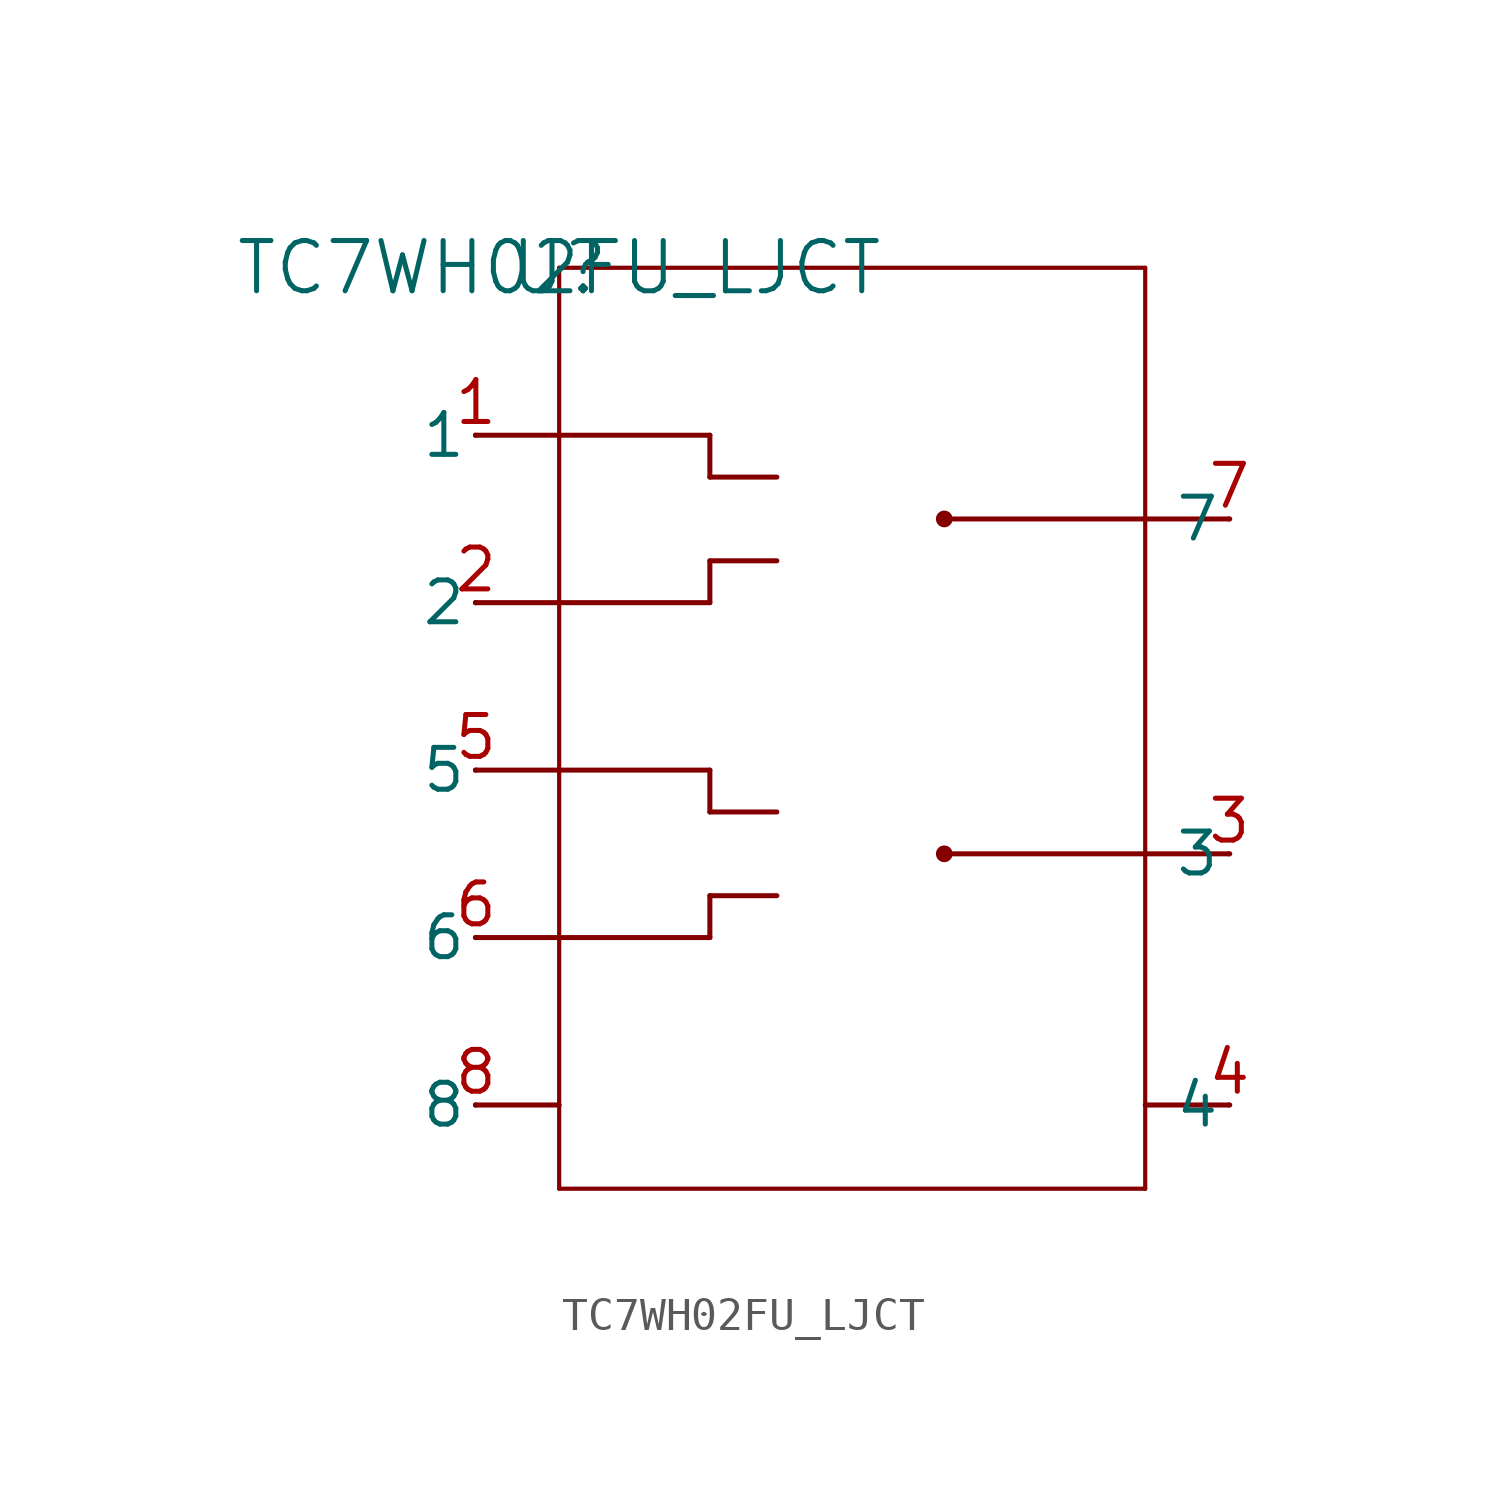
<source format=kicad_sym>
(kicad_symbol_lib
  (version 20211014)
  (generator kicad_symbol_editor)
  (symbol "TC7WH02FU_LJCT"
    (pin_names
      (offset 0.254))
    (property "Reference" "U"
      (at 0 0 0)
      (effects (font (size 1.524 1.524))))
    (property "Value" "TC7WH02FU_LJCT"
      (at 0 0 0)
      (effects (font (size 1.524 1.524))))
    (symbol "TC7WH02FU_LJCT_0_1"
      (circle (center 11.684 -17.78) (radius 0.127) (stroke (width 0.254) (type default) (color 0 0 0 0)) (fill (type none)))
      (polyline (pts (xy -2.54 -10.16) (xy 0 -10.16)) (stroke (width 0) (type default) (color 0 0 0 0)) (fill (type none)))
      (polyline (pts (xy -2.54 -5.08) (xy 0 -5.08)) (stroke (width 0) (type default) (color 0 0 0 0)) (fill (type none)))
      (polyline (pts (xy -2.54 -15.24) (xy 0 -15.24)) (stroke (width 0) (type default) (color 0 0 0 0)) (fill (type none)))
      (polyline (pts (xy 20.32 -25.4) (xy 17.78 -25.4)) (stroke (width 0) (type default) (color 0 0 0 0)) (fill (type none)))
      (polyline (pts (xy 20.32 -17.78) (xy 17.78 -17.78)) (stroke (width 0) (type default) (color 0 0 0 0)) (fill (type none)))
      (polyline (pts (xy -2.54 -20.32) (xy 0 -20.32)) (stroke (width 0) (type default) (color 0 0 0 0)) (fill (type none)))
      (polyline (pts (xy 20.32 -7.62) (xy 17.78 -7.62)) (stroke (width 0) (type default) (color 0 0 0 0)) (fill (type none)))
      (polyline (pts (xy -2.54 -25.4) (xy 0 -25.4)) (stroke (width 0) (type default) (color 0 0 0 0)) (fill (type none)))
      (polyline (pts (xy 0 -27.94) (xy 0 0)) (stroke (width 0.127) (type default) (color 0 0 0 0)) (fill (type none)))
      (polyline (pts (xy 0 0) (xy 17.78 0)) (stroke (width 0.127) (type default) (color 0 0 0 0)) (fill (type none)))
      (polyline (pts (xy 17.78 0) (xy 17.78 -27.94)) (stroke (width 0.127) (type default) (color 0 0 0 0)) (fill (type none)))
      (polyline (pts (xy 17.78 -27.94) (xy 0 -27.94)) (stroke (width 0.127) (type default) (color 0 0 0 0)) (fill (type none)))
      (polyline (pts (xy 11.938 -7.62) (xy 17.78 -7.62)) (stroke (width 0) (type default) (color 0 0 0 0)) (fill (type none)))
      (polyline (pts (xy 0 -5.08) (xy 4.572 -5.08)) (stroke (width 0) (type default) (color 0 0 0 0)) (fill (type none)))
      (polyline (pts (xy 4.572 -5.08) (xy 4.572 -6.35)) (stroke (width 0) (type default) (color 0 0 0 0)) (fill (type none)))
      (polyline (pts (xy 0 -10.16) (xy 4.572 -10.16)) (stroke (width 0) (type default) (color 0 0 0 0)) (fill (type none)))
      (polyline (pts (xy 4.572 -8.89) (xy 4.572 -10.16)) (stroke (width 0) (type default) (color 0 0 0 0)) (fill (type none)))
      (polyline (pts (xy 4.572 -6.35) (xy 6.604 -6.35)) (stroke (width 0) (type default) (color 0 0 0 0)) (fill (type none)))
      (polyline (pts (xy 4.572 -8.89) (xy 6.604 -8.89)) (stroke (width 0) (type default) (color 0 0 0 0)) (fill (type none)))
      (polyline (pts (xy 11.938 -17.78) (xy 17.78 -17.78)) (stroke (width 0) (type default) (color 0 0 0 0)) (fill (type none)))
      (polyline (pts (xy 0 -15.24) (xy 4.572 -15.24)) (stroke (width 0) (type default) (color 0 0 0 0)) (fill (type none)))
      (polyline (pts (xy 4.572 -15.24) (xy 4.572 -16.51)) (stroke (width 0) (type default) (color 0 0 0 0)) (fill (type none)))
      (polyline (pts (xy 4.572 -16.51) (xy 6.604 -16.51)) (stroke (width 0) (type default) (color 0 0 0 0)) (fill (type none)))
      (polyline (pts (xy 0 -20.32) (xy 4.572 -20.32)) (stroke (width 0) (type default) (color 0 0 0 0)) (fill (type none)))
      (polyline (pts (xy 4.572 -19.05) (xy 4.572 -20.32)) (stroke (width 0) (type default) (color 0 0 0 0)) (fill (type none)))
      (polyline (pts (xy 4.572 -19.05) (xy 6.604 -19.05)) (stroke (width 0) (type default) (color 0 0 0 0)) (fill (type none)))
      (circle (center 11.684 -7.62) (radius 0.127) (stroke (width 0.254) (type default) (color 0 0 0 0)) (fill (type none)))
      (pin unspecified line (at -2.515 -5.08 180) (length 0.025) (name "1" (effects (font (size 1.27 1.27)))) (number "1" (effects (font (size 1.27 1.27)))))
      (pin unspecified line (at -2.515 -10.16 180) (length 0.025) (name "2" (effects (font (size 1.27 1.27)))) (number "2" (effects (font (size 1.27 1.27)))))
      (pin unspecified line (at 20.345 -17.78 180) (length 0.025) (name "3" (effects (font (size 1.27 1.27)))) (number "3" (effects (font (size 1.27 1.27)))))
      (pin unspecified line (at 20.345 -25.4 180) (length 0.025) (name "4" (effects (font (size 1.27 1.27)))) (number "4" (effects (font (size 1.27 1.27)))))
      (pin unspecified line (at -2.515 -15.24 180) (length 0.025) (name "5" (effects (font (size 1.27 1.27)))) (number "5" (effects (font (size 1.27 1.27)))))
      (pin unspecified line (at -2.515 -20.32 180) (length 0.025) (name "6" (effects (font (size 1.27 1.27)))) (number "6" (effects (font (size 1.27 1.27)))))
      (pin unspecified line (at 20.345 -7.62 180) (length 0.025) (name "7" (effects (font (size 1.27 1.27)))) (number "7" (effects (font (size 1.27 1.27)))))
      (pin unspecified line (at -2.515 -25.4 180) (length 0.025) (name "8" (effects (font (size 1.27 1.27)))) (number "8" (effects (font (size 1.27 1.27))))))))
</source>
